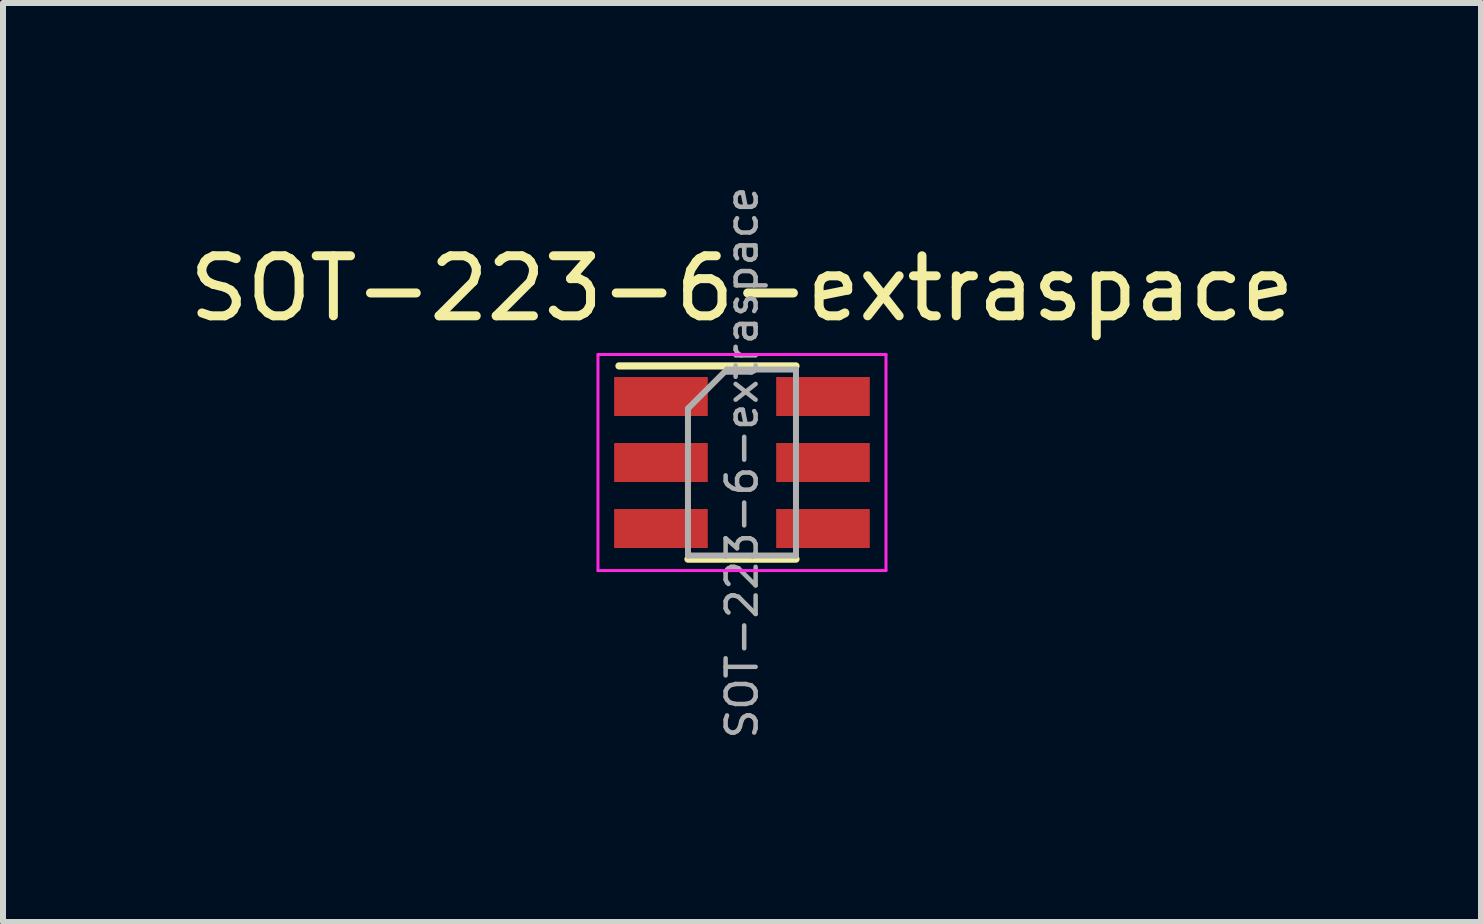
<source format=kicad_pcb>
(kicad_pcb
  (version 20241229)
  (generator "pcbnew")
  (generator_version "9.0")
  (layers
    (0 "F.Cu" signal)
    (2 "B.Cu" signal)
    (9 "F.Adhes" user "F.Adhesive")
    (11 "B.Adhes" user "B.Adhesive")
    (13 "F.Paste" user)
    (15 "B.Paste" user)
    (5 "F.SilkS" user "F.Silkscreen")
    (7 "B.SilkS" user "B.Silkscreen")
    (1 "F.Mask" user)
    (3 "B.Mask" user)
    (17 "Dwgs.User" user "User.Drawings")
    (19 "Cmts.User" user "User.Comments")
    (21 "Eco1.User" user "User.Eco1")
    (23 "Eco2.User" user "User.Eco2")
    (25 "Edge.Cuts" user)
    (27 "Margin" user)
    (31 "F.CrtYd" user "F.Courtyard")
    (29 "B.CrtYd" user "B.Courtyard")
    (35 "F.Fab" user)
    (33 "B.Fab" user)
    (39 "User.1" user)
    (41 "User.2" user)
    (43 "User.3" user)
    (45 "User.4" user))
  (footprint "SOT-223-6-extraspace"
    (layer "F.Cu")
    (at 9.315 4.658)
    (property "Reference" "SOT-223-6-extraspace" (at 0 -2.9 0) (layer "F.SilkS") (effects (font (size 1 1) (thickness 0.15))))
    (attr smd)
    (fp_line (start -0.9 1.61) (end 0.9 1.61) (stroke (width 0.12) (type solid)) (layer "F.SilkS"))
    (fp_line (start 0.9 -1.61) (end -2.05 -1.61) (stroke (width 0.12) (type solid)) (layer "F.SilkS"))
    (fp_line (start -2.4 -1.8) (end 2.4 -1.8) (stroke (width 0.05) (type solid)) (layer "F.CrtYd"))
    (fp_line (start -2.4 1.8) (end -2.4 -1.8) (stroke (width 0.05) (type solid)) (layer "F.CrtYd"))
    (fp_line (start 2.4 -1.8) (end 2.4 1.8) (stroke (width 0.05) (type solid)) (layer "F.CrtYd"))
    (fp_line (start 2.4 1.8) (end -2.4 1.8) (stroke (width 0.05) (type solid)) (layer "F.CrtYd"))
    (fp_line (start -0.9 -0.9) (end -0.9 1.55) (stroke (width 0.1) (type solid)) (layer "F.Fab"))
    (fp_line (start -0.9 -0.9) (end -0.25 -1.55) (stroke (width 0.1) (type solid)) (layer "F.Fab"))
    (fp_line (start 0.9 -1.55) (end -0.25 -1.55) (stroke (width 0.1) (type solid)) (layer "F.Fab"))
    (fp_line (start 0.9 -1.55) (end 0.9 1.55) (stroke (width 0.1) (type solid)) (layer "F.Fab"))
    (fp_line (start 0.9 1.55) (end -0.9 1.55) (stroke (width 0.1) (type solid)) (layer "F.Fab"))
    (fp_text user "${REFERENCE}" (at 0 0 90) (layer "F.Fab") (effects (font (size 0.5 0.5) (thickness 0.075))))
    (pad "1" smd rect (at -1.35 -1.1) (size 1.56 0.65) (layers "F.Cu" "F.Mask" "F.Paste"))
    (pad "2" smd rect (at -1.35 0) (size 1.56 0.65) (layers "F.Cu" "F.Mask" "F.Paste"))
    (pad "3" smd rect (at -1.35 1.1) (size 1.56 0.65) (layers "F.Cu" "F.Mask" "F.Paste"))
    (pad "4" smd rect (at 1.35 1.1) (size 1.56 0.65) (layers "F.Cu" "F.Mask" "F.Paste"))
    (pad "5" smd rect (at 1.35 0) (size 1.56 0.65) (layers "F.Cu" "F.Mask" "F.Paste"))
    (pad "6" smd rect (at 1.35 -1.1) (size 1.56 0.65) (layers "F.Cu" "F.Mask" "F.Paste")))
  (gr_rect
    (start -3 -3)
    (end 21.631 12.315)
    (stroke (width 0.1) (type default))
    (fill no)
    (layer "Edge.Cuts")))
</source>
